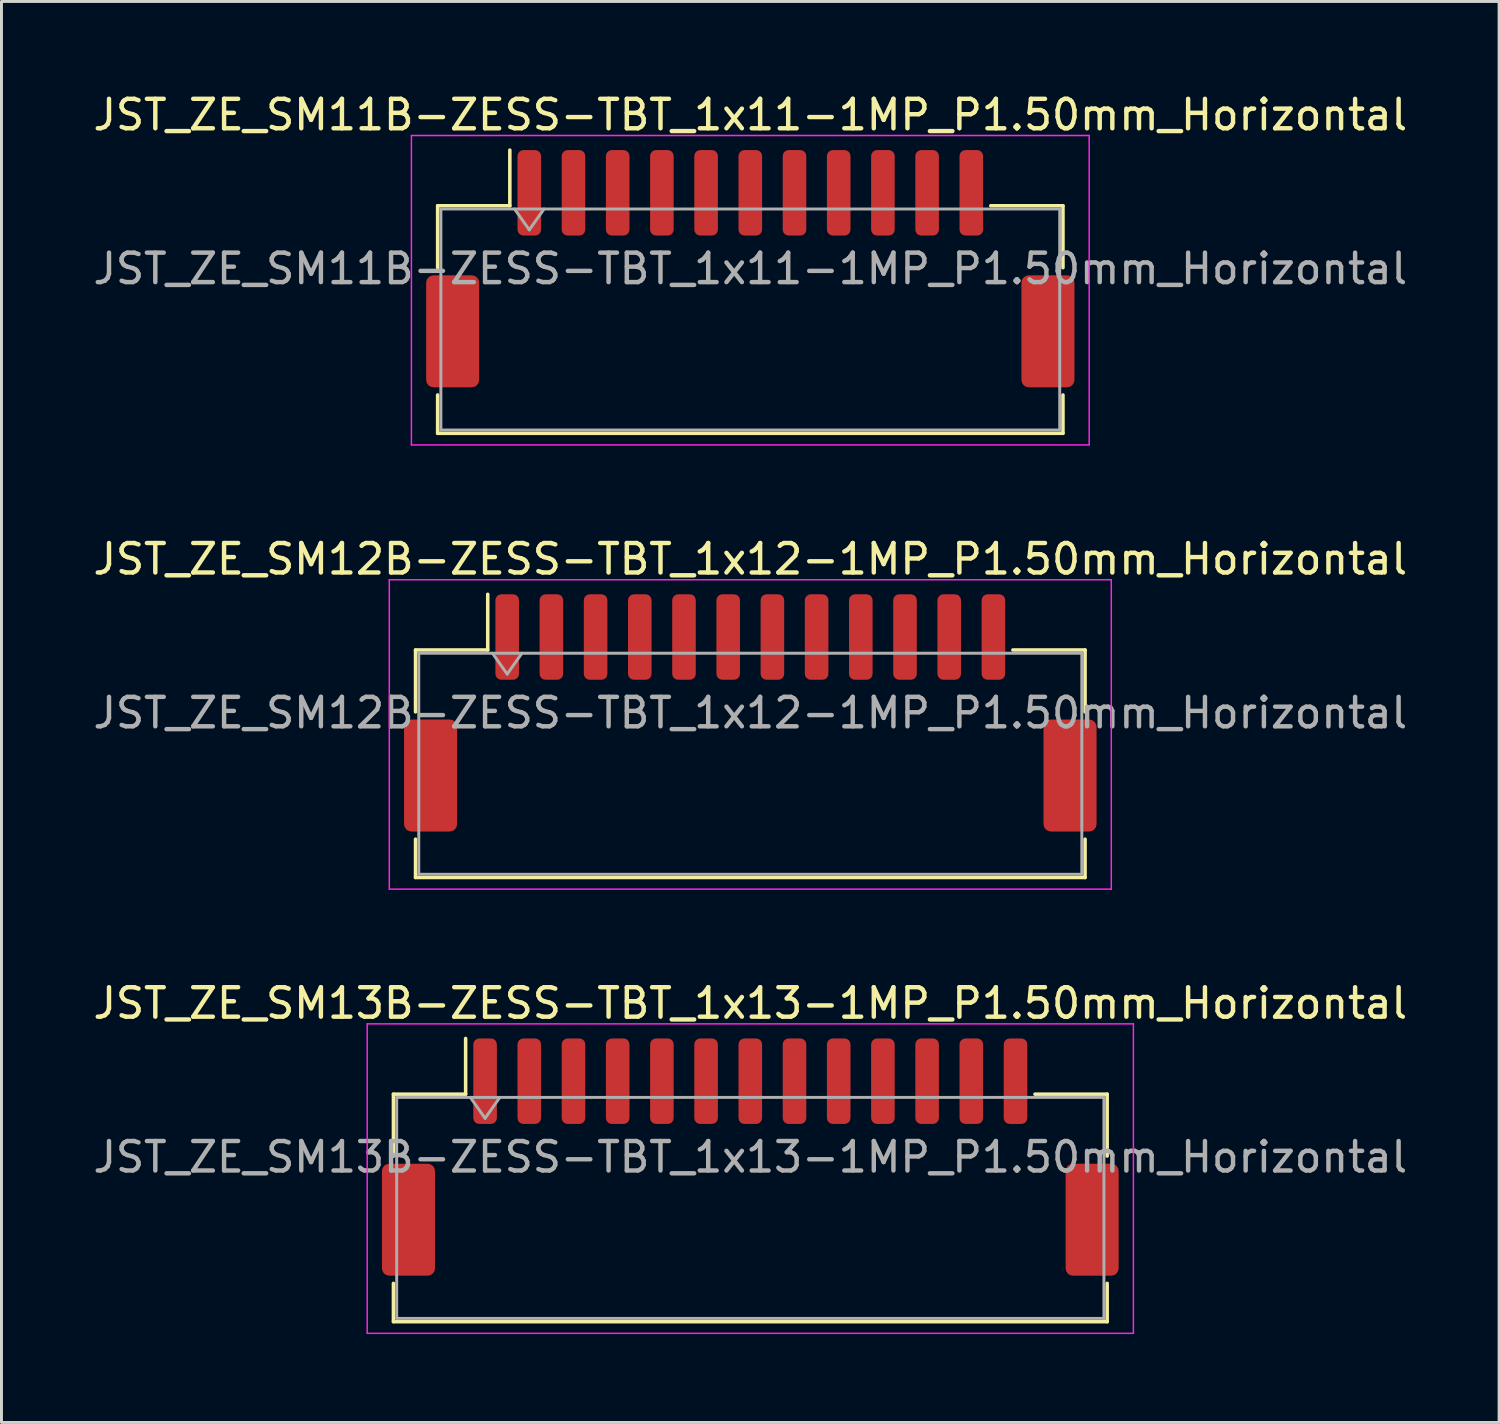
<source format=kicad_pcb>
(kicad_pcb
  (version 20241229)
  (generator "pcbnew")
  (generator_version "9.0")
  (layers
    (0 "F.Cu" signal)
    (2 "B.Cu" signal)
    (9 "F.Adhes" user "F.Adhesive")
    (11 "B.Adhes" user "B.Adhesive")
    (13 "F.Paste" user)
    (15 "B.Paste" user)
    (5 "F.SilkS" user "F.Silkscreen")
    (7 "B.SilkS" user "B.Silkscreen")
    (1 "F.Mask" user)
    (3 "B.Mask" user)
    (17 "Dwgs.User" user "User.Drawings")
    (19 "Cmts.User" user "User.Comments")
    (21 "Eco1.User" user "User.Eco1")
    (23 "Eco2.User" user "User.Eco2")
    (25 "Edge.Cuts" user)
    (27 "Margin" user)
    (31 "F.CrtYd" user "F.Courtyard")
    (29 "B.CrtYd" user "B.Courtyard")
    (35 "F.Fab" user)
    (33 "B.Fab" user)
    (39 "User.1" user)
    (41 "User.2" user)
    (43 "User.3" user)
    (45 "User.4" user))
  (footprint "JST_ZE_SM12B-ZESS-TBT_1x12-1MP_P1.50mm_Horizontal"
    (layer "F.Cu")
    (at 22.411 21.142)
    (property "Reference" "JST_ZE_SM12B-ZESS-TBT_1x12-1MP_P1.50mm_Horizontal" (at 0 -5.22 0) (layer "F.SilkS") (effects (font (size 1 1) (thickness 0.15))))
    (attr smd)
    (fp_line (start -11.36 -2.135) (end -8.91 -2.135) (stroke (width 0.12) (type solid)) (layer "F.SilkS"))
    (fp_line (start -11.36 -0.035) (end -11.36 -2.135) (stroke (width 0.12) (type solid)) (layer "F.SilkS"))
    (fp_line (start -11.36 4.285) (end -11.36 5.585) (stroke (width 0.12) (type solid)) (layer "F.SilkS"))
    (fp_line (start -11.36 5.585) (end 11.36 5.585) (stroke (width 0.12) (type solid)) (layer "F.SilkS"))
    (fp_line (start -8.91 -2.135) (end -8.91 -4.025) (stroke (width 0.12) (type solid)) (layer "F.SilkS"))
    (fp_line (start 11.36 -2.135) (end 8.91 -2.135) (stroke (width 0.12) (type solid)) (layer "F.SilkS"))
    (fp_line (start 11.36 -0.035) (end 11.36 -2.135) (stroke (width 0.12) (type solid)) (layer "F.SilkS"))
    (fp_line (start 11.36 5.585) (end 11.36 4.285) (stroke (width 0.12) (type solid)) (layer "F.SilkS"))
    (fp_line (start -12.25 -4.52) (end -12.25 5.98) (stroke (width 0.05) (type solid)) (layer "F.CrtYd"))
    (fp_line (start -12.25 5.98) (end 12.25 5.98) (stroke (width 0.05) (type solid)) (layer "F.CrtYd"))
    (fp_line (start 12.25 -4.52) (end -12.25 -4.52) (stroke (width 0.05) (type solid)) (layer "F.CrtYd"))
    (fp_line (start 12.25 5.98) (end 12.25 -4.52) (stroke (width 0.05) (type solid)) (layer "F.CrtYd"))
    (fp_line (start -11.25 -2.025) (end -11.25 5.475) (stroke (width 0.1) (type solid)) (layer "F.Fab"))
    (fp_line (start -11.25 -2.025) (end 11.25 -2.025) (stroke (width 0.1) (type solid)) (layer "F.Fab"))
    (fp_line (start -11.25 5.475) (end 11.25 5.475) (stroke (width 0.1) (type solid)) (layer "F.Fab"))
    (fp_line (start -8.75 -2.025) (end -8.25 -1.318) (stroke (width 0.1) (type solid)) (layer "F.Fab"))
    (fp_line (start -8.25 -1.318) (end -7.75 -2.025) (stroke (width 0.1) (type solid)) (layer "F.Fab"))
    (fp_line (start 11.25 -2.025) (end 11.25 5.475) (stroke (width 0.1) (type solid)) (layer "F.Fab"))
    (fp_text user "${REFERENCE}" (at 0 0 0) (layer "F.Fab") (effects (font (size 1 1) (thickness 0.15))))
    (pad "1" smd roundrect (at -8.25 -2.575) (size 0.8 2.9) (layers "F.Cu" "F.Mask" "F.Paste") (roundrect_rratio 0.25))
    (pad "2" smd roundrect (at -6.75 -2.575) (size 0.8 2.9) (layers "F.Cu" "F.Mask" "F.Paste") (roundrect_rratio 0.25))
    (pad "3" smd roundrect (at -5.25 -2.575) (size 0.8 2.9) (layers "F.Cu" "F.Mask" "F.Paste") (roundrect_rratio 0.25))
    (pad "4" smd roundrect (at -3.75 -2.575) (size 0.8 2.9) (layers "F.Cu" "F.Mask" "F.Paste") (roundrect_rratio 0.25))
    (pad "5" smd roundrect (at -2.25 -2.575) (size 0.8 2.9) (layers "F.Cu" "F.Mask" "F.Paste") (roundrect_rratio 0.25))
    (pad "6" smd roundrect (at -0.75 -2.575) (size 0.8 2.9) (layers "F.Cu" "F.Mask" "F.Paste") (roundrect_rratio 0.25))
    (pad "7" smd roundrect (at 0.75 -2.575) (size 0.8 2.9) (layers "F.Cu" "F.Mask" "F.Paste") (roundrect_rratio 0.25))
    (pad "8" smd roundrect (at 2.25 -2.575) (size 0.8 2.9) (layers "F.Cu" "F.Mask" "F.Paste") (roundrect_rratio 0.25))
    (pad "9" smd roundrect (at 3.75 -2.575) (size 0.8 2.9) (layers "F.Cu" "F.Mask" "F.Paste") (roundrect_rratio 0.25))
    (pad "10" smd roundrect (at 5.25 -2.575) (size 0.8 2.9) (layers "F.Cu" "F.Mask" "F.Paste") (roundrect_rratio 0.25))
    (pad "11" smd roundrect (at 6.75 -2.575) (size 0.8 2.9) (layers "F.Cu" "F.Mask" "F.Paste") (roundrect_rratio 0.25))
    (pad "12" smd roundrect (at 8.25 -2.575) (size 0.8 2.9) (layers "F.Cu" "F.Mask" "F.Paste") (roundrect_rratio 0.25))
    (pad "MP" smd roundrect (at -10.85 2.125) (size 1.8 3.8) (layers "F.Cu" "F.Mask" "F.Paste") (roundrect_rratio 0.139))
    (pad "MP" smd roundrect (at 10.85 2.125) (size 1.8 3.8) (layers "F.Cu" "F.Mask" "F.Paste") (roundrect_rratio 0.139)))
  (footprint "JST_ZE_SM11B-ZESS-TBT_1x11-1MP_P1.50mm_Horizontal"
    (layer "F.Cu")
    (at 22.411 6.068)
    (property "Reference" "JST_ZE_SM11B-ZESS-TBT_1x11-1MP_P1.50mm_Horizontal" (at 0 -5.22 0) (layer "F.SilkS") (effects (font (size 1 1) (thickness 0.15))))
    (attr smd)
    (fp_line (start -10.61 -2.135) (end -8.16 -2.135) (stroke (width 0.12) (type solid)) (layer "F.SilkS"))
    (fp_line (start -10.61 -0.035) (end -10.61 -2.135) (stroke (width 0.12) (type solid)) (layer "F.SilkS"))
    (fp_line (start -10.61 4.285) (end -10.61 5.585) (stroke (width 0.12) (type solid)) (layer "F.SilkS"))
    (fp_line (start -10.61 5.585) (end 10.61 5.585) (stroke (width 0.12) (type solid)) (layer "F.SilkS"))
    (fp_line (start -8.16 -2.135) (end -8.16 -4.025) (stroke (width 0.12) (type solid)) (layer "F.SilkS"))
    (fp_line (start 10.61 -2.135) (end 8.16 -2.135) (stroke (width 0.12) (type solid)) (layer "F.SilkS"))
    (fp_line (start 10.61 -0.035) (end 10.61 -2.135) (stroke (width 0.12) (type solid)) (layer "F.SilkS"))
    (fp_line (start 10.61 5.585) (end 10.61 4.285) (stroke (width 0.12) (type solid)) (layer "F.SilkS"))
    (fp_line (start -11.5 -4.52) (end -11.5 5.98) (stroke (width 0.05) (type solid)) (layer "F.CrtYd"))
    (fp_line (start -11.5 5.98) (end 11.5 5.98) (stroke (width 0.05) (type solid)) (layer "F.CrtYd"))
    (fp_line (start 11.5 -4.52) (end -11.5 -4.52) (stroke (width 0.05) (type solid)) (layer "F.CrtYd"))
    (fp_line (start 11.5 5.98) (end 11.5 -4.52) (stroke (width 0.05) (type solid)) (layer "F.CrtYd"))
    (fp_line (start -10.5 -2.025) (end -10.5 5.475) (stroke (width 0.1) (type solid)) (layer "F.Fab"))
    (fp_line (start -10.5 -2.025) (end 10.5 -2.025) (stroke (width 0.1) (type solid)) (layer "F.Fab"))
    (fp_line (start -10.5 5.475) (end 10.5 5.475) (stroke (width 0.1) (type solid)) (layer "F.Fab"))
    (fp_line (start -8 -2.025) (end -7.5 -1.318) (stroke (width 0.1) (type solid)) (layer "F.Fab"))
    (fp_line (start -7.5 -1.318) (end -7 -2.025) (stroke (width 0.1) (type solid)) (layer "F.Fab"))
    (fp_line (start 10.5 -2.025) (end 10.5 5.475) (stroke (width 0.1) (type solid)) (layer "F.Fab"))
    (fp_text user "${REFERENCE}" (at 0 0 0) (layer "F.Fab") (effects (font (size 1 1) (thickness 0.15))))
    (pad "1" smd roundrect (at -7.5 -2.575) (size 0.8 2.9) (layers "F.Cu" "F.Mask" "F.Paste") (roundrect_rratio 0.25))
    (pad "2" smd roundrect (at -6 -2.575) (size 0.8 2.9) (layers "F.Cu" "F.Mask" "F.Paste") (roundrect_rratio 0.25))
    (pad "3" smd roundrect (at -4.5 -2.575) (size 0.8 2.9) (layers "F.Cu" "F.Mask" "F.Paste") (roundrect_rratio 0.25))
    (pad "4" smd roundrect (at -3 -2.575) (size 0.8 2.9) (layers "F.Cu" "F.Mask" "F.Paste") (roundrect_rratio 0.25))
    (pad "5" smd roundrect (at -1.5 -2.575) (size 0.8 2.9) (layers "F.Cu" "F.Mask" "F.Paste") (roundrect_rratio 0.25))
    (pad "6" smd roundrect (at 0 -2.575) (size 0.8 2.9) (layers "F.Cu" "F.Mask" "F.Paste") (roundrect_rratio 0.25))
    (pad "7" smd roundrect (at 1.5 -2.575) (size 0.8 2.9) (layers "F.Cu" "F.Mask" "F.Paste") (roundrect_rratio 0.25))
    (pad "8" smd roundrect (at 3 -2.575) (size 0.8 2.9) (layers "F.Cu" "F.Mask" "F.Paste") (roundrect_rratio 0.25))
    (pad "9" smd roundrect (at 4.5 -2.575) (size 0.8 2.9) (layers "F.Cu" "F.Mask" "F.Paste") (roundrect_rratio 0.25))
    (pad "10" smd roundrect (at 6 -2.575) (size 0.8 2.9) (layers "F.Cu" "F.Mask" "F.Paste") (roundrect_rratio 0.25))
    (pad "11" smd roundrect (at 7.5 -2.575) (size 0.8 2.9) (layers "F.Cu" "F.Mask" "F.Paste") (roundrect_rratio 0.25))
    (pad "MP" smd roundrect (at -10.1 2.125) (size 1.8 3.8) (layers "F.Cu" "F.Mask" "F.Paste") (roundrect_rratio 0.139))
    (pad "MP" smd roundrect (at 10.1 2.125) (size 1.8 3.8) (layers "F.Cu" "F.Mask" "F.Paste") (roundrect_rratio 0.139)))
  (footprint "JST_ZE_SM13B-ZESS-TBT_1x13-1MP_P1.50mm_Horizontal"
    (layer "F.Cu")
    (at 22.411 36.215)
    (property "Reference" "JST_ZE_SM13B-ZESS-TBT_1x13-1MP_P1.50mm_Horizontal" (at 0 -5.22 0) (layer "F.SilkS") (effects (font (size 1 1) (thickness 0.15))))
    (attr smd)
    (fp_line (start -12.11 -2.135) (end -9.66 -2.135) (stroke (width 0.12) (type solid)) (layer "F.SilkS"))
    (fp_line (start -12.11 -0.035) (end -12.11 -2.135) (stroke (width 0.12) (type solid)) (layer "F.SilkS"))
    (fp_line (start -12.11 4.285) (end -12.11 5.585) (stroke (width 0.12) (type solid)) (layer "F.SilkS"))
    (fp_line (start -12.11 5.585) (end 12.11 5.585) (stroke (width 0.12) (type solid)) (layer "F.SilkS"))
    (fp_line (start -9.66 -2.135) (end -9.66 -4.025) (stroke (width 0.12) (type solid)) (layer "F.SilkS"))
    (fp_line (start 12.11 -2.135) (end 9.66 -2.135) (stroke (width 0.12) (type solid)) (layer "F.SilkS"))
    (fp_line (start 12.11 -0.035) (end 12.11 -2.135) (stroke (width 0.12) (type solid)) (layer "F.SilkS"))
    (fp_line (start 12.11 5.585) (end 12.11 4.285) (stroke (width 0.12) (type solid)) (layer "F.SilkS"))
    (fp_line (start -13 -4.52) (end -13 5.98) (stroke (width 0.05) (type solid)) (layer "F.CrtYd"))
    (fp_line (start -13 5.98) (end 13 5.98) (stroke (width 0.05) (type solid)) (layer "F.CrtYd"))
    (fp_line (start 13 -4.52) (end -13 -4.52) (stroke (width 0.05) (type solid)) (layer "F.CrtYd"))
    (fp_line (start 13 5.98) (end 13 -4.52) (stroke (width 0.05) (type solid)) (layer "F.CrtYd"))
    (fp_line (start -12 -2.025) (end -12 5.475) (stroke (width 0.1) (type solid)) (layer "F.Fab"))
    (fp_line (start -12 -2.025) (end 12 -2.025) (stroke (width 0.1) (type solid)) (layer "F.Fab"))
    (fp_line (start -12 5.475) (end 12 5.475) (stroke (width 0.1) (type solid)) (layer "F.Fab"))
    (fp_line (start -9.5 -2.025) (end -9 -1.318) (stroke (width 0.1) (type solid)) (layer "F.Fab"))
    (fp_line (start -9 -1.318) (end -8.5 -2.025) (stroke (width 0.1) (type solid)) (layer "F.Fab"))
    (fp_line (start 12 -2.025) (end 12 5.475) (stroke (width 0.1) (type solid)) (layer "F.Fab"))
    (fp_text user "${REFERENCE}" (at 0 0 0) (layer "F.Fab") (effects (font (size 1 1) (thickness 0.15))))
    (pad "1" smd roundrect (at -9 -2.575) (size 0.8 2.9) (layers "F.Cu" "F.Mask" "F.Paste") (roundrect_rratio 0.25))
    (pad "2" smd roundrect (at -7.5 -2.575) (size 0.8 2.9) (layers "F.Cu" "F.Mask" "F.Paste") (roundrect_rratio 0.25))
    (pad "3" smd roundrect (at -6 -2.575) (size 0.8 2.9) (layers "F.Cu" "F.Mask" "F.Paste") (roundrect_rratio 0.25))
    (pad "4" smd roundrect (at -4.5 -2.575) (size 0.8 2.9) (layers "F.Cu" "F.Mask" "F.Paste") (roundrect_rratio 0.25))
    (pad "5" smd roundrect (at -3 -2.575) (size 0.8 2.9) (layers "F.Cu" "F.Mask" "F.Paste") (roundrect_rratio 0.25))
    (pad "6" smd roundrect (at -1.5 -2.575) (size 0.8 2.9) (layers "F.Cu" "F.Mask" "F.Paste") (roundrect_rratio 0.25))
    (pad "7" smd roundrect (at 0 -2.575) (size 0.8 2.9) (layers "F.Cu" "F.Mask" "F.Paste") (roundrect_rratio 0.25))
    (pad "8" smd roundrect (at 1.5 -2.575) (size 0.8 2.9) (layers "F.Cu" "F.Mask" "F.Paste") (roundrect_rratio 0.25))
    (pad "9" smd roundrect (at 3 -2.575) (size 0.8 2.9) (layers "F.Cu" "F.Mask" "F.Paste") (roundrect_rratio 0.25))
    (pad "10" smd roundrect (at 4.5 -2.575) (size 0.8 2.9) (layers "F.Cu" "F.Mask" "F.Paste") (roundrect_rratio 0.25))
    (pad "11" smd roundrect (at 6 -2.575) (size 0.8 2.9) (layers "F.Cu" "F.Mask" "F.Paste") (roundrect_rratio 0.25))
    (pad "12" smd roundrect (at 7.5 -2.575) (size 0.8 2.9) (layers "F.Cu" "F.Mask" "F.Paste") (roundrect_rratio 0.25))
    (pad "13" smd roundrect (at 9 -2.575) (size 0.8 2.9) (layers "F.Cu" "F.Mask" "F.Paste") (roundrect_rratio 0.25))
    (pad "MP" smd roundrect (at -11.6 2.125) (size 1.8 3.8) (layers "F.Cu" "F.Mask" "F.Paste") (roundrect_rratio 0.139))
    (pad "MP" smd roundrect (at 11.6 2.125) (size 1.8 3.8) (layers "F.Cu" "F.Mask" "F.Paste") (roundrect_rratio 0.139)))
  (gr_rect
    (start -3 -3)
    (end 47.821 45.22)
    (stroke (width 0.1) (type default))
    (fill no)
    (layer "Edge.Cuts")))
</source>
